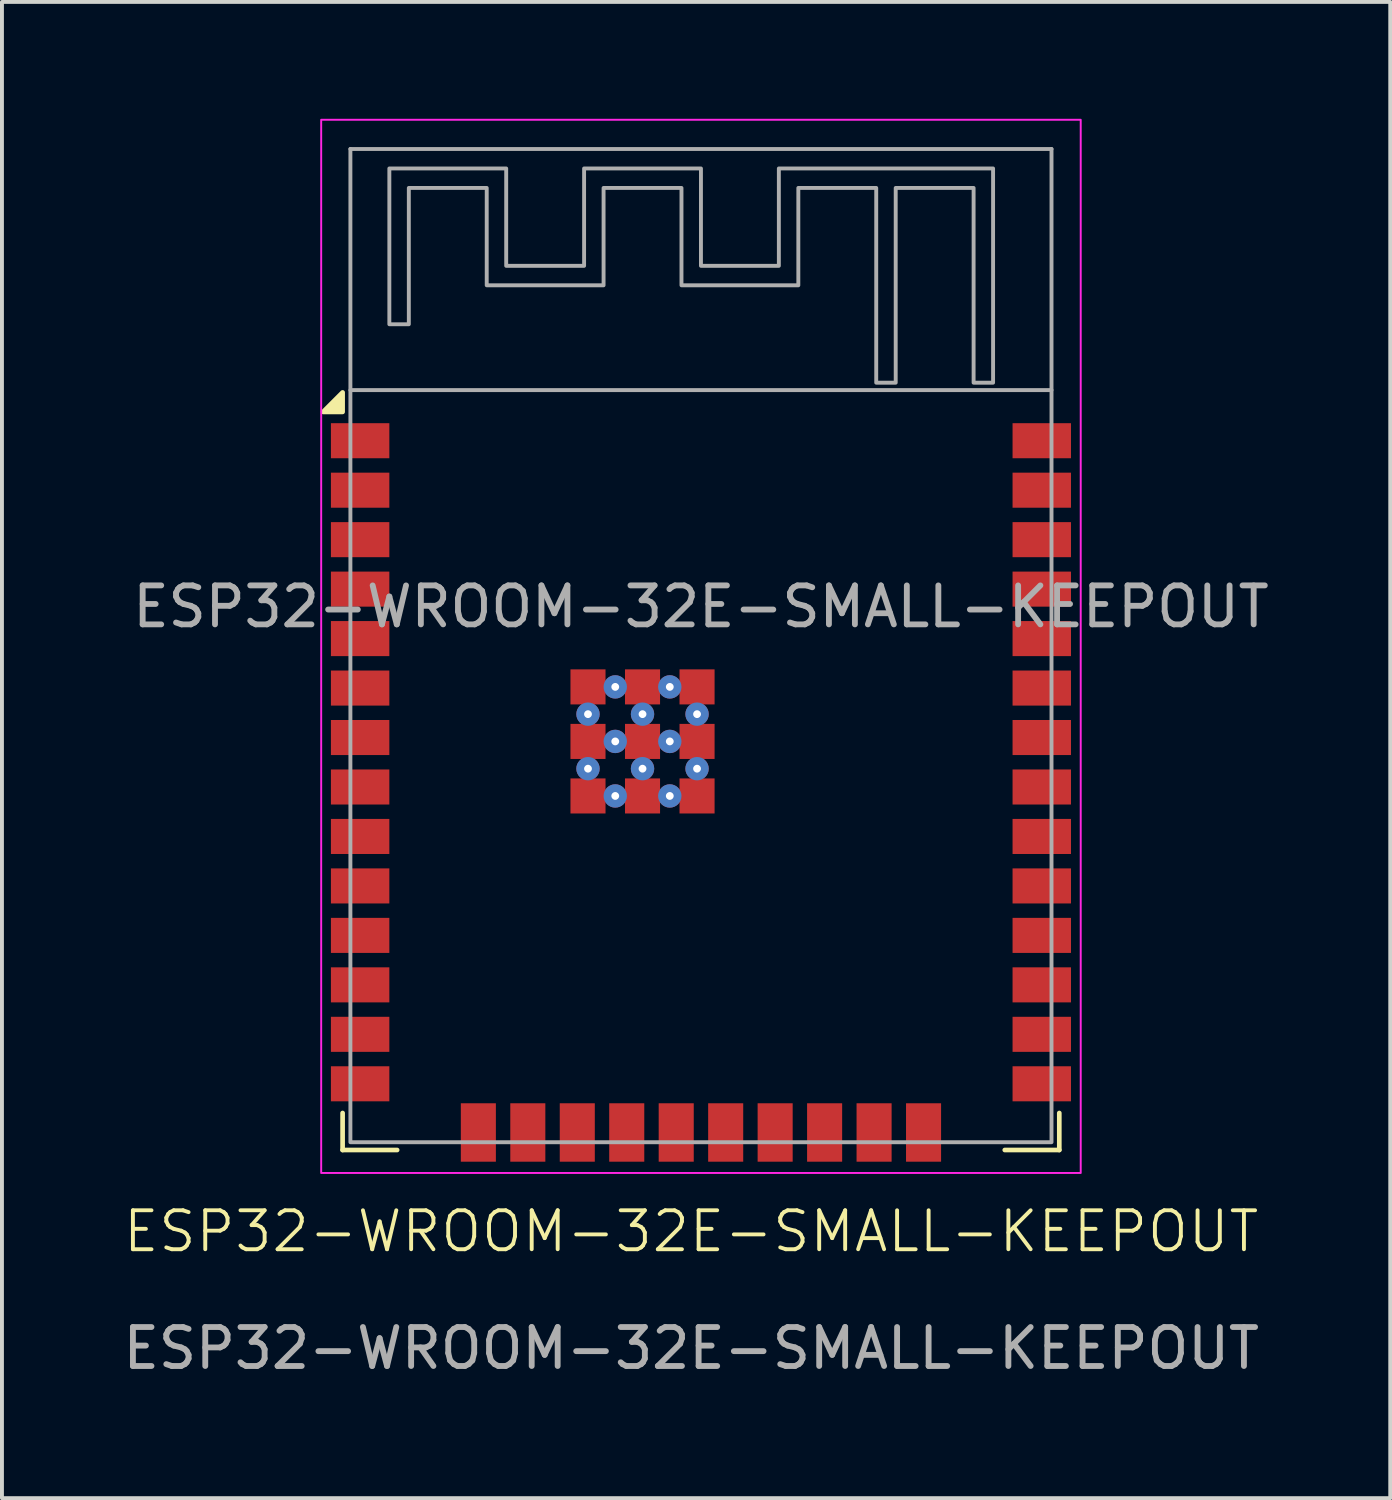
<source format=kicad_pcb>
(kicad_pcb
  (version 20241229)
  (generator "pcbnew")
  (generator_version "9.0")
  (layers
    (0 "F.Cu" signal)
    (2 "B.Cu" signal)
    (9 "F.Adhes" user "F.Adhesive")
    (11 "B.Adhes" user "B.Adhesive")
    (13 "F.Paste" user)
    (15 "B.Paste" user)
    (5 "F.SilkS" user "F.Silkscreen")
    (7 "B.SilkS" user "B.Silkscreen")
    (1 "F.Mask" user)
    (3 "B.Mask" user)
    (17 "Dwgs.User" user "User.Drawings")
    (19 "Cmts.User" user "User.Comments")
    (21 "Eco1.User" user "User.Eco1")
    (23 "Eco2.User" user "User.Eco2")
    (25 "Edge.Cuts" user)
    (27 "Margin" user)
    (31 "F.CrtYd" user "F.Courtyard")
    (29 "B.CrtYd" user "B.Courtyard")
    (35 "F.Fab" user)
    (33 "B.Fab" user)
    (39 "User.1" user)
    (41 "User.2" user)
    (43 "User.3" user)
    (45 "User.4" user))
  (footprint "ESP32-WROOM-32E-SMALL-KEEPOUT"
    (layer "F.Cu")
    (at 14.696 29.065)
    (property "Reference" "ESP32-WROOM-32E-SMALL-KEEPOUT" (at 0 -0.5 0) (unlocked yes) (layer "F.SilkS") (effects (font (size 1 1) (thickness 0.1))))
    (attr smd)
    (fp_line (start -8.95 -2.59) (end -8.95 -3.54) (stroke (width 0.12) (type solid)) (layer "F.SilkS"))
    (fp_line (start -7.55 -2.59) (end -8.95 -2.59) (stroke (width 0.12) (type solid)) (layer "F.SilkS"))
    (fp_line (start 8.05 -2.59) (end 9.45 -2.59) (stroke (width 0.12) (type solid)) (layer "F.SilkS"))
    (fp_line (start 9.45 -2.59) (end 9.45 -3.54) (stroke (width 0.12) (type solid)) (layer "F.SilkS"))
    (fp_poly (pts (xy -8.95 -21.54) (xy -9.45 -21.54) (xy -8.95 -22.04) (xy -8.95 -21.54)) (stroke (width 0.12) (type solid)) (fill yes) (layer "F.SilkS"))
    (fp_poly (pts (xy -9.5 -29.04) (xy 10 -29.04) (xy 10 -21.85) (xy 10 -2) (xy -9.5 -2) (xy -9.5 -21.85)) (stroke (width 0.05) (type solid)) (fill no) (layer "F.CrtYd"))
    (fp_line (start -8.75 -28.29) (end 9.25 -28.29) (stroke (width 0.1) (type solid)) (layer "F.Fab"))
    (fp_line (start -8.75 -22.1) (end -8.75 -28.29) (stroke (width 0.1) (type solid)) (layer "F.Fab"))
    (fp_line (start 9.25 -28.29) (end 9.25 -22.1) (stroke (width 0.1) (type solid)) (layer "F.Fab"))
    (fp_rect (start -8.75 -22.1) (end 9.25 -2.79) (stroke (width 0.1) (type solid)) (fill no) (layer "F.Fab"))
    (fp_poly (pts (xy -4.75 -25.29) (xy -2.75 -25.29) (xy -2.75 -27.79) (xy 0.25 -27.79) (xy 0.25 -25.29) (xy 2.25 -25.29) (xy 2.25 -27.79) (xy 7.75 -27.79) (xy 7.75 -22.29) (xy 7.25 -22.29) (xy 7.25 -27.29) (xy 5.25 -27.29) (xy 5.25 -22.29) (xy 4.75 -22.29) (xy 4.75 -27.29) (xy 2.75 -27.29) (xy 2.75 -24.79) (xy -0.25 -24.79) (xy -0.25 -27.29) (xy -2.25 -27.29) (xy -2.25 -24.79) (xy -5.25 -24.79) (xy -5.25 -27.29) (xy -7.25 -27.29) (xy -7.25 -23.79) (xy -7.75 -23.79) (xy -7.75 -27.79) (xy -4.75 -27.79)) (stroke (width 0.1) (type solid)) (fill no) (layer "F.Fab"))
    (fp_text user "${REFERENCE}" (at 0 2.5 0) (unlocked yes) (layer "F.Fab") (effects (font (size 1 1) (thickness 0.15))))
    (fp_text user "${REFERENCE}" (at 0.25 -16.54 0) (layer "F.Fab") (effects (font (size 1 1) (thickness 0.15))))
    (pad "1" smd rect (at -8.5 -20.8) (size 1.5 0.9) (layers "F.Cu" "F.Mask" "F.Paste"))
    (pad "2" smd rect (at -8.5 -19.53) (size 1.5 0.9) (layers "F.Cu" "F.Mask" "F.Paste"))
    (pad "3" smd rect (at -8.5 -18.26) (size 1.5 0.9) (layers "F.Cu" "F.Mask" "F.Paste"))
    (pad "4" smd rect (at -8.5 -16.99) (size 1.5 0.9) (layers "F.Cu" "F.Mask" "F.Paste"))
    (pad "5" smd rect (at -8.5 -15.72) (size 1.5 0.9) (layers "F.Cu" "F.Mask" "F.Paste"))
    (pad "6" smd rect (at -8.5 -14.45) (size 1.5 0.9) (layers "F.Cu" "F.Mask" "F.Paste"))
    (pad "7" smd rect (at -8.5 -13.18) (size 1.5 0.9) (layers "F.Cu" "F.Mask" "F.Paste"))
    (pad "8" smd rect (at -8.5 -11.91) (size 1.5 0.9) (layers "F.Cu" "F.Mask" "F.Paste"))
    (pad "9" smd rect (at -8.5 -10.64) (size 1.5 0.9) (layers "F.Cu" "F.Mask" "F.Paste"))
    (pad "10" smd rect (at -8.5 -9.37) (size 1.5 0.9) (layers "F.Cu" "F.Mask" "F.Paste"))
    (pad "11" smd rect (at -8.5 -8.1) (size 1.5 0.9) (layers "F.Cu" "F.Mask" "F.Paste"))
    (pad "12" smd rect (at -8.5 -6.83) (size 1.5 0.9) (layers "F.Cu" "F.Mask" "F.Paste"))
    (pad "13" smd rect (at -8.5 -5.56) (size 1.5 0.9) (layers "F.Cu" "F.Mask" "F.Paste"))
    (pad "14" smd rect (at -8.5 -4.29) (size 1.5 0.9) (layers "F.Cu" "F.Mask" "F.Paste"))
    (pad "15" smd rect (at -5.465 -3.04 90) (size 1.5 0.9) (layers "F.Cu" "F.Mask" "F.Paste"))
    (pad "16" smd rect (at -4.195 -3.04 90) (size 1.5 0.9) (layers "F.Cu" "F.Mask" "F.Paste"))
    (pad "17" smd rect (at -2.925 -3.04 90) (size 1.5 0.9) (layers "F.Cu" "F.Mask" "F.Paste"))
    (pad "18" smd rect (at -1.655 -3.04 90) (size 1.5 0.9) (layers "F.Cu" "F.Mask" "F.Paste"))
    (pad "19" smd rect (at -0.385 -3.04 90) (size 1.5 0.9) (layers "F.Cu" "F.Mask" "F.Paste"))
    (pad "20" smd rect (at 0.885 -3.04 90) (size 1.5 0.9) (layers "F.Cu" "F.Mask" "F.Paste"))
    (pad "21" smd rect (at 2.155 -3.04 90) (size 1.5 0.9) (layers "F.Cu" "F.Mask" "F.Paste"))
    (pad "22" smd rect (at 3.425 -3.04 90) (size 1.5 0.9) (layers "F.Cu" "F.Mask" "F.Paste"))
    (pad "23" smd rect (at 4.695 -3.04 90) (size 1.5 0.9) (layers "F.Cu" "F.Mask" "F.Paste"))
    (pad "24" smd rect (at 5.965 -3.04 90) (size 1.5 0.9) (layers "F.Cu" "F.Mask" "F.Paste"))
    (pad "25" smd rect (at 9 -4.29) (size 1.5 0.9) (layers "F.Cu" "F.Mask" "F.Paste"))
    (pad "26" smd rect (at 9 -5.56) (size 1.5 0.9) (layers "F.Cu" "F.Mask" "F.Paste"))
    (pad "27" smd rect (at 9 -6.83) (size 1.5 0.9) (layers "F.Cu" "F.Mask" "F.Paste"))
    (pad "28" smd rect (at 9 -8.1) (size 1.5 0.9) (layers "F.Cu" "F.Mask" "F.Paste"))
    (pad "29" smd rect (at 9 -9.37) (size 1.5 0.9) (layers "F.Cu" "F.Mask" "F.Paste"))
    (pad "30" smd rect (at 9 -10.64) (size 1.5 0.9) (layers "F.Cu" "F.Mask" "F.Paste"))
    (pad "31" smd rect (at 9 -11.91) (size 1.5 0.9) (layers "F.Cu" "F.Mask" "F.Paste"))
    (pad "32" smd rect (at 9 -13.18) (size 1.5 0.9) (layers "F.Cu" "F.Mask" "F.Paste"))
    (pad "33" smd rect (at 9 -14.45) (size 1.5 0.9) (layers "F.Cu" "F.Mask" "F.Paste"))
    (pad "34" smd rect (at 9 -15.72) (size 1.5 0.9) (layers "F.Cu" "F.Mask" "F.Paste"))
    (pad "35" smd rect (at 9 -16.99) (size 1.5 0.9) (layers "F.Cu" "F.Mask" "F.Paste"))
    (pad "36" smd rect (at 9 -18.26) (size 1.5 0.9) (layers "F.Cu" "F.Mask" "F.Paste"))
    (pad "37" smd rect (at 9 -19.53) (size 1.5 0.9) (layers "F.Cu" "F.Mask" "F.Paste"))
    (pad "38" smd rect (at 9 -20.8) (size 1.5 0.9) (layers "F.Cu" "F.Mask" "F.Paste"))
    (pad "39" smd rect (at -2.65 -14.48) (size 0.9 0.9) (layers "F.Cu" "F.Mask" "F.Paste"))
    (pad "39" thru_hole circle (at -2.65 -13.78) (size 0.6 0.6) (drill 0.2) (layers "*.Cu" "*.Mask"))
    (pad "39" smd rect (at -2.65 -13.08) (size 0.9 0.9) (layers "F.Cu" "F.Mask" "F.Paste"))
    (pad "39" thru_hole circle (at -2.65 -12.38) (size 0.6 0.6) (drill 0.2) (layers "*.Cu" "*.Mask"))
    (pad "39" smd rect (at -2.65 -11.68) (size 0.9 0.9) (layers "F.Cu" "F.Mask" "F.Paste"))
    (pad "39" thru_hole circle (at -1.95 -14.48) (size 0.6 0.6) (drill 0.2) (layers "*.Cu" "*.Mask"))
    (pad "39" thru_hole circle (at -1.95 -13.08) (size 0.6 0.6) (drill 0.2) (layers "*.Cu" "*.Mask"))
    (pad "39" thru_hole circle (at -1.95 -11.68) (size 0.6 0.6) (drill 0.2) (layers "*.Cu" "*.Mask"))
    (pad "39" smd rect (at -1.25 -14.48) (size 0.9 0.9) (layers "F.Cu" "F.Mask" "F.Paste"))
    (pad "39" thru_hole circle (at -1.25 -13.78) (size 0.6 0.6) (drill 0.2) (layers "*.Cu" "*.Mask"))
    (pad "39" smd rect (at -1.25 -13.08) (size 0.9 0.9) (layers "F.Cu" "F.Mask" "F.Paste"))
    (pad "39" thru_hole circle (at -1.25 -12.38) (size 0.6 0.6) (drill 0.2) (layers "*.Cu" "*.Mask"))
    (pad "39" smd rect (at -1.25 -11.68) (size 0.9 0.9) (layers "F.Cu" "F.Mask" "F.Paste"))
    (pad "39" thru_hole circle (at -0.55 -14.48) (size 0.6 0.6) (drill 0.2) (layers "*.Cu" "*.Mask"))
    (pad "39" thru_hole circle (at -0.55 -13.08) (size 0.6 0.6) (drill 0.2) (layers "*.Cu" "*.Mask"))
    (pad "39" thru_hole circle (at -0.55 -11.68) (size 0.6 0.6) (drill 0.2) (layers "*.Cu" "*.Mask"))
    (pad "39" smd rect (at 0.15 -14.48) (size 0.9 0.9) (layers "F.Cu" "F.Mask" "F.Paste"))
    (pad "39" thru_hole circle (at 0.15 -13.78) (size 0.6 0.6) (drill 0.2) (layers "*.Cu" "*.Mask"))
    (pad "39" smd rect (at 0.15 -13.08) (size 0.9 0.9) (layers "F.Cu" "F.Mask" "F.Paste"))
    (pad "39" thru_hole circle (at 0.15 -12.38) (size 0.6 0.6) (drill 0.2) (layers "*.Cu" "*.Mask"))
    (pad "39" smd rect (at 0.15 -11.68) (size 0.9 0.9) (layers "F.Cu" "F.Mask" "F.Paste"))
    (zone (net_name "") (layer "F.Cu") (hatch full 0.5) (connect_pads) (min_thickness 0.25) (filled_areas_thickness no) (keepout (tracks not_allowed) (vias not_allowed) (pads not_allowed) (copperpour not_allowed) (footprints not_allowed)) (placement (enabled no)) (fill) (polygon (pts (xy 5.946 0.775) (xy 23.946 0.775) (xy 23.946 6.965) (xy 5.946 6.965)))))
  (gr_rect
    (start -3 -3)
    (end 32.643 35.413)
    (stroke (width 0.1) (type default))
    (fill no)
    (layer "Edge.Cuts")))
</source>
